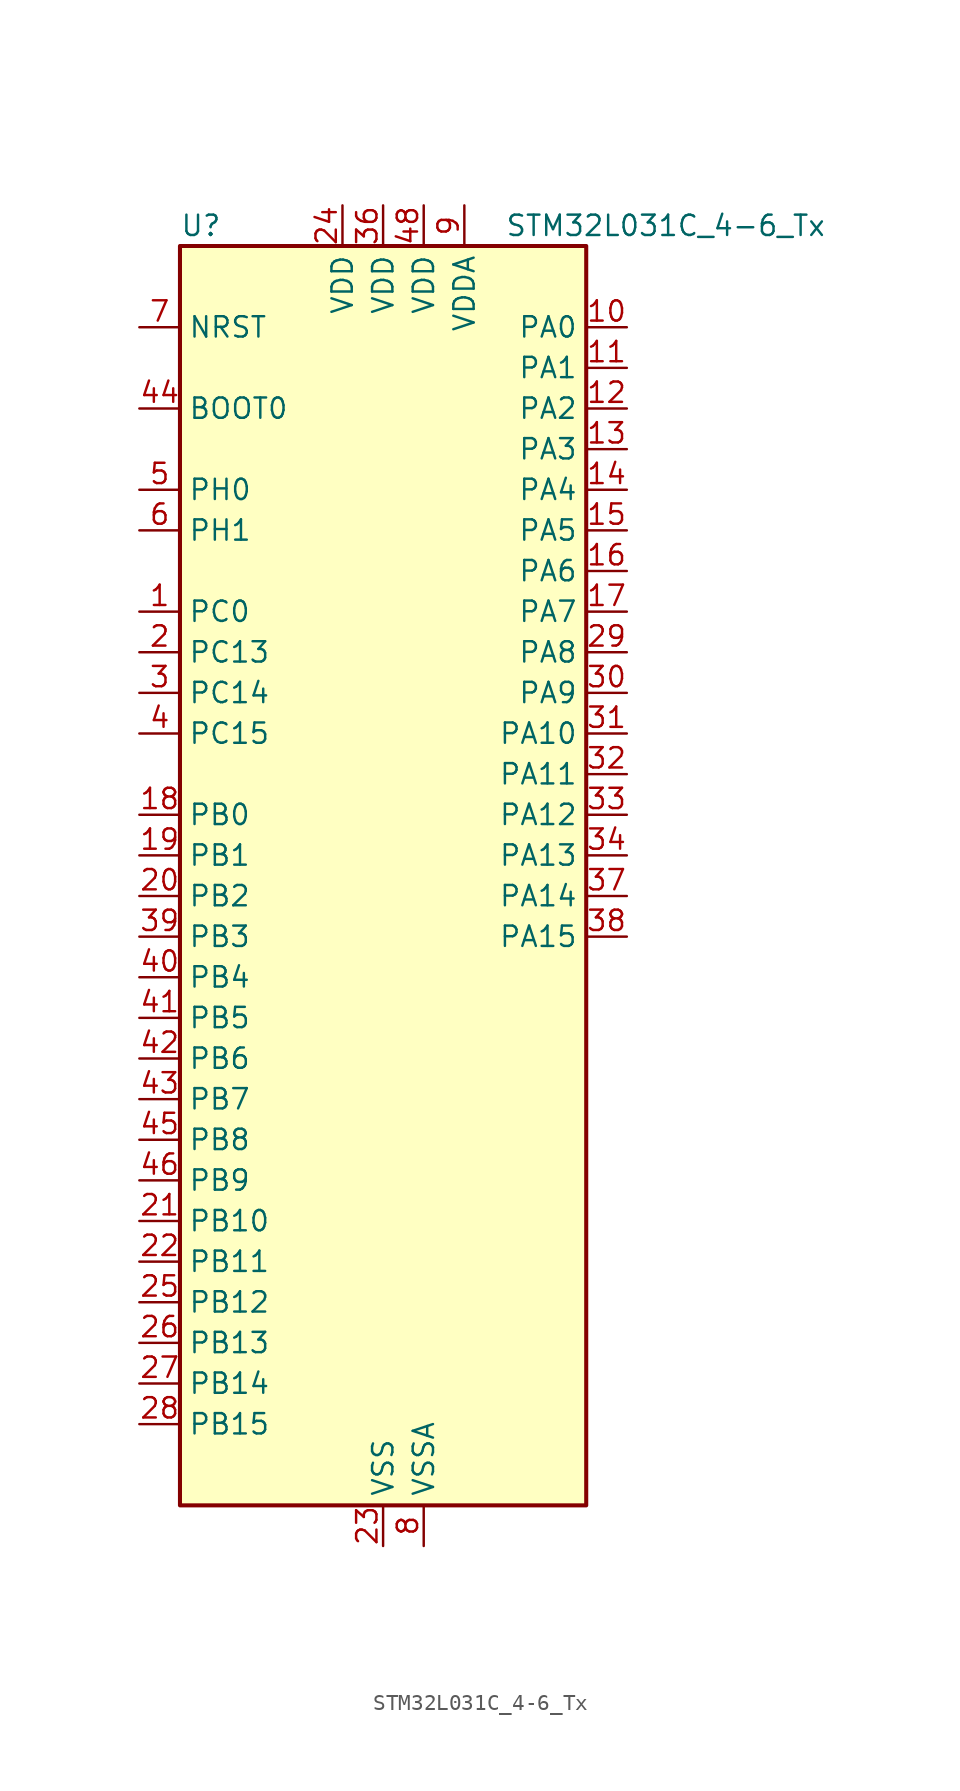
<source format=kicad_sym>
(kicad_symbol_lib
  (version 20241209)
  (generator "kicad_symbol_editor")
  (generator_version "9.0")
  (symbol "STM32L031C_4-6_Tx"
    (property "Reference" "U"
      (at -12.7 41.91 0)
      (effects (font (size 1.27 1.27)) (justify left)))
    (property "Value" "STM32L031C_4-6_Tx"
      (at 7.62 41.91 0)
      (effects (font (size 1.27 1.27)) (justify left)))
    (symbol "STM32L031C_4-6_Tx_0_1"
      (rectangle (start -12.7 -38.1) (end 12.7 40.64) (stroke (width 0.254) (type default)) (fill (type background))))
    (symbol "STM32L031C_4-6_Tx_1_1"
      (pin input line (at -15.24 35.56 0) (length 2.54) (name "NRST" (effects (font (size 1.27 1.27)))) (number "7" (effects (font (size 1.27 1.27)))))
      (pin input line (at -15.24 30.48 0) (length 2.54) (name "BOOT0" (effects (font (size 1.27 1.27)))) (number "44" (effects (font (size 1.27 1.27)))))
      (pin bidirectional line (at -15.24 25.4 0) (length 2.54) (name "PH0" (effects (font (size 1.27 1.27)))) (number "5" (effects (font (size 1.27 1.27)))) (alternate "RCC_OSC_IN" bidirectional line))
      (pin bidirectional line (at -15.24 22.86 0) (length 2.54) (name "PH1" (effects (font (size 1.27 1.27)))) (number "6" (effects (font (size 1.27 1.27)))) (alternate "RCC_OSC_OUT" bidirectional line))
      (pin bidirectional line (at -15.24 17.78 0) (length 2.54) (name "PC0" (effects (font (size 1.27 1.27)))) (number "1" (effects (font (size 1.27 1.27)))) (alternate "LPTIM1_IN1" bidirectional line) (alternate "LPUART1_RX" bidirectional line))
      (pin bidirectional line (at -15.24 15.24 0) (length 2.54) (name "PC13" (effects (font (size 1.27 1.27)))) (number "2" (effects (font (size 1.27 1.27)))) (alternate "RTC_TAMP1" bidirectional line) (alternate "SYS_WKUP2" bidirectional line))
      (pin bidirectional line (at -15.24 12.7 0) (length 2.54) (name "PC14" (effects (font (size 1.27 1.27)))) (number "3" (effects (font (size 1.27 1.27)))) (alternate "RCC_OSC32_IN" bidirectional line))
      (pin bidirectional line (at -15.24 10.16 0) (length 2.54) (name "PC15" (effects (font (size 1.27 1.27)))) (number "4" (effects (font (size 1.27 1.27)))) (alternate "RCC_OSC32_OUT" bidirectional line))
      (pin bidirectional line (at -15.24 5.08 0) (length 2.54) (name "PB0" (effects (font (size 1.27 1.27)))) (number "18" (effects (font (size 1.27 1.27)))) (alternate "ADC_IN8" bidirectional line) (alternate "SPI1_MISO" bidirectional line) (alternate "SYS_VREF_OUT_PB0" bidirectional line) (alternate "TIM2_CH3" bidirectional line) (alternate "USART2_DE" bidirectional line) (alternate "USART2_RTS" bidirectional line))
      (pin bidirectional line (at -15.24 2.54 0) (length 2.54) (name "PB1" (effects (font (size 1.27 1.27)))) (number "19" (effects (font (size 1.27 1.27)))) (alternate "ADC_IN9" bidirectional line) (alternate "LPUART1_DE" bidirectional line) (alternate "LPUART1_RTS" bidirectional line) (alternate "SPI1_MOSI" bidirectional line) (alternate "SYS_VREF_OUT_PB1" bidirectional line) (alternate "TIM2_CH4" bidirectional line) (alternate "USART2_CK" bidirectional line))
      (pin bidirectional line (at -15.24 0 0) (length 2.54) (name "PB2" (effects (font (size 1.27 1.27)))) (number "20" (effects (font (size 1.27 1.27)))) (alternate "LPTIM1_OUT" bidirectional line))
      (pin bidirectional line (at -15.24 -2.54 0) (length 2.54) (name "PB3" (effects (font (size 1.27 1.27)))) (number "39" (effects (font (size 1.27 1.27)))) (alternate "COMP2_INM" bidirectional line) (alternate "SPI1_SCK" bidirectional line) (alternate "TIM2_CH2" bidirectional line))
      (pin bidirectional line (at -15.24 -5.08 0) (length 2.54) (name "PB4" (effects (font (size 1.27 1.27)))) (number "40" (effects (font (size 1.27 1.27)))) (alternate "COMP2_INP" bidirectional line) (alternate "SPI1_MISO" bidirectional line) (alternate "TIM22_CH1" bidirectional line))
      (pin bidirectional line (at -15.24 -7.62 0) (length 2.54) (name "PB5" (effects (font (size 1.27 1.27)))) (number "41" (effects (font (size 1.27 1.27)))) (alternate "COMP2_INP" bidirectional line) (alternate "I2C1_SMBA" bidirectional line) (alternate "LPTIM1_IN1" bidirectional line) (alternate "SPI1_MOSI" bidirectional line) (alternate "TIM22_CH2" bidirectional line))
      (pin bidirectional line (at -15.24 -10.16 0) (length 2.54) (name "PB6" (effects (font (size 1.27 1.27)))) (number "42" (effects (font (size 1.27 1.27)))) (alternate "COMP2_INP" bidirectional line) (alternate "I2C1_SCL" bidirectional line) (alternate "LPTIM1_ETR" bidirectional line) (alternate "TIM21_CH1" bidirectional line) (alternate "USART2_TX" bidirectional line))
      (pin bidirectional line (at -15.24 -12.7 0) (length 2.54) (name "PB7" (effects (font (size 1.27 1.27)))) (number "43" (effects (font (size 1.27 1.27)))) (alternate "COMP2_INP" bidirectional line) (alternate "I2C1_SDA" bidirectional line) (alternate "LPTIM1_IN2" bidirectional line) (alternate "SYS_PVD_IN" bidirectional line) (alternate "USART2_RX" bidirectional line))
      (pin bidirectional line (at -15.24 -15.24 0) (length 2.54) (name "PB8" (effects (font (size 1.27 1.27)))) (number "45" (effects (font (size 1.27 1.27)))) (alternate "I2C1_SCL" bidirectional line))
      (pin bidirectional line (at -15.24 -17.78 0) (length 2.54) (name "PB9" (effects (font (size 1.27 1.27)))) (number "46" (effects (font (size 1.27 1.27)))) (alternate "I2C1_SDA" bidirectional line))
      (pin bidirectional line (at -15.24 -20.32 0) (length 2.54) (name "PB10" (effects (font (size 1.27 1.27)))) (number "21" (effects (font (size 1.27 1.27)))) (alternate "LPUART1_TX" bidirectional line) (alternate "TIM2_CH3" bidirectional line))
      (pin bidirectional line (at -15.24 -22.86 0) (length 2.54) (name "PB11" (effects (font (size 1.27 1.27)))) (number "22" (effects (font (size 1.27 1.27)))) (alternate "ADC_EXTI11" bidirectional line) (alternate "LPUART1_RX" bidirectional line) (alternate "TIM2_CH4" bidirectional line))
      (pin bidirectional line (at -15.24 -25.4 0) (length 2.54) (name "PB12" (effects (font (size 1.27 1.27)))) (number "25" (effects (font (size 1.27 1.27)))) (alternate "SPI1_NSS" bidirectional line))
      (pin bidirectional line (at -15.24 -27.94 0) (length 2.54) (name "PB13" (effects (font (size 1.27 1.27)))) (number "26" (effects (font (size 1.27 1.27)))) (alternate "LPUART1_CTS" bidirectional line) (alternate "RCC_MCO" bidirectional line) (alternate "SPI1_SCK" bidirectional line) (alternate "TIM21_CH1" bidirectional line))
      (pin bidirectional line (at -15.24 -30.48 0) (length 2.54) (name "PB14" (effects (font (size 1.27 1.27)))) (number "27" (effects (font (size 1.27 1.27)))) (alternate "LPUART1_DE" bidirectional line) (alternate "LPUART1_RTS" bidirectional line) (alternate "RTC_OUT_ALARM" bidirectional line) (alternate "RTC_OUT_CALIB" bidirectional line) (alternate "SPI1_MISO" bidirectional line) (alternate "TIM21_CH2" bidirectional line))
      (pin bidirectional line (at -15.24 -33.02 0) (length 2.54) (name "PB15" (effects (font (size 1.27 1.27)))) (number "28" (effects (font (size 1.27 1.27)))) (alternate "RTC_REFIN" bidirectional line) (alternate "SPI1_MOSI" bidirectional line))
      (pin power_in line (at -2.54 43.18 270) (length 2.54) (name "VDD" (effects (font (size 1.27 1.27)))) (number "24" (effects (font (size 1.27 1.27)))))
      (pin power_in line (at 0 43.18 270) (length 2.54) (name "VDD" (effects (font (size 1.27 1.27)))) (number "36" (effects (font (size 1.27 1.27)))))
      (pin power_in line (at 0 -40.64 90) (length 2.54) (name "VSS" (effects (font (size 1.27 1.27)))) (number "23" (effects (font (size 1.27 1.27)))))
      (pin passive line (at 0 -40.64 90) (length 2.54) (hide yes) (name "VSS" (effects (font (size 1.27 1.27)))) (number "35" (effects (font (size 1.27 1.27)))))
      (pin passive line (at 0 -40.64 90) (length 2.54) (hide yes) (name "VSS" (effects (font (size 1.27 1.27)))) (number "47" (effects (font (size 1.27 1.27)))))
      (pin power_in line (at 2.54 43.18 270) (length 2.54) (name "VDD" (effects (font (size 1.27 1.27)))) (number "48" (effects (font (size 1.27 1.27)))))
      (pin power_in line (at 2.54 -40.64 90) (length 2.54) (name "VSSA" (effects (font (size 1.27 1.27)))) (number "8" (effects (font (size 1.27 1.27)))))
      (pin power_in line (at 5.08 43.18 270) (length 2.54) (name "VDDA" (effects (font (size 1.27 1.27)))) (number "9" (effects (font (size 1.27 1.27)))))
      (pin bidirectional line (at 15.24 35.56 180) (length 2.54) (name "PA0" (effects (font (size 1.27 1.27)))) (number "10" (effects (font (size 1.27 1.27)))) (alternate "ADC_IN0" bidirectional line) (alternate "COMP1_INM" bidirectional line) (alternate "COMP1_OUT" bidirectional line) (alternate "LPTIM1_IN1" bidirectional line) (alternate "RTC_TAMP2" bidirectional line) (alternate "SYS_WKUP1" bidirectional line) (alternate "TIM2_CH1" bidirectional line) (alternate "TIM2_ETR" bidirectional line) (alternate "USART2_CTS" bidirectional line))
      (pin bidirectional line (at 15.24 33.02 180) (length 2.54) (name "PA1" (effects (font (size 1.27 1.27)))) (number "11" (effects (font (size 1.27 1.27)))) (alternate "ADC_IN1" bidirectional line) (alternate "COMP1_INP" bidirectional line) (alternate "I2C1_SMBA" bidirectional line) (alternate "LPTIM1_IN2" bidirectional line) (alternate "TIM21_ETR" bidirectional line) (alternate "TIM2_CH2" bidirectional line) (alternate "USART2_DE" bidirectional line) (alternate "USART2_RTS" bidirectional line))
      (pin bidirectional line (at 15.24 30.48 180) (length 2.54) (name "PA2" (effects (font (size 1.27 1.27)))) (number "12" (effects (font (size 1.27 1.27)))) (alternate "ADC_IN2" bidirectional line) (alternate "COMP2_INM" bidirectional line) (alternate "COMP2_OUT" bidirectional line) (alternate "LPUART1_TX" bidirectional line) (alternate "RTC_OUT_ALARM" bidirectional line) (alternate "RTC_OUT_CALIB" bidirectional line) (alternate "RTC_TAMP3" bidirectional line) (alternate "RTC_TS" bidirectional line) (alternate "SYS_WKUP3" bidirectional line) (alternate "TIM21_CH1" bidirectional line) (alternate "TIM2_CH3" bidirectional line) (alternate "USART2_TX" bidirectional line))
      (pin bidirectional line (at 15.24 27.94 180) (length 2.54) (name "PA3" (effects (font (size 1.27 1.27)))) (number "13" (effects (font (size 1.27 1.27)))) (alternate "ADC_IN3" bidirectional line) (alternate "COMP2_INP" bidirectional line) (alternate "LPUART1_RX" bidirectional line) (alternate "TIM21_CH2" bidirectional line) (alternate "TIM2_CH4" bidirectional line) (alternate "USART2_RX" bidirectional line))
      (pin bidirectional line (at 15.24 25.4 180) (length 2.54) (name "PA4" (effects (font (size 1.27 1.27)))) (number "14" (effects (font (size 1.27 1.27)))) (alternate "ADC_IN4" bidirectional line) (alternate "COMP1_INM" bidirectional line) (alternate "COMP2_INM" bidirectional line) (alternate "LPTIM1_IN1" bidirectional line) (alternate "SPI1_NSS" bidirectional line) (alternate "TIM22_ETR" bidirectional line) (alternate "USART2_CK" bidirectional line))
      (pin bidirectional line (at 15.24 22.86 180) (length 2.54) (name "PA5" (effects (font (size 1.27 1.27)))) (number "15" (effects (font (size 1.27 1.27)))) (alternate "ADC_IN5" bidirectional line) (alternate "COMP1_INM" bidirectional line) (alternate "COMP2_INM" bidirectional line) (alternate "LPTIM1_IN2" bidirectional line) (alternate "SPI1_SCK" bidirectional line) (alternate "TIM2_CH1" bidirectional line) (alternate "TIM2_ETR" bidirectional line))
      (pin bidirectional line (at 15.24 20.32 180) (length 2.54) (name "PA6" (effects (font (size 1.27 1.27)))) (number "16" (effects (font (size 1.27 1.27)))) (alternate "ADC_IN6" bidirectional line) (alternate "COMP1_OUT" bidirectional line) (alternate "LPTIM1_ETR" bidirectional line) (alternate "LPUART1_CTS" bidirectional line) (alternate "SPI1_MISO" bidirectional line) (alternate "TIM22_CH1" bidirectional line))
      (pin bidirectional line (at 15.24 17.78 180) (length 2.54) (name "PA7" (effects (font (size 1.27 1.27)))) (number "17" (effects (font (size 1.27 1.27)))) (alternate "ADC_IN7" bidirectional line) (alternate "COMP2_OUT" bidirectional line) (alternate "LPTIM1_OUT" bidirectional line) (alternate "SPI1_MOSI" bidirectional line) (alternate "TIM22_CH2" bidirectional line) (alternate "USART2_CTS" bidirectional line))
      (pin bidirectional line (at 15.24 15.24 180) (length 2.54) (name "PA8" (effects (font (size 1.27 1.27)))) (number "29" (effects (font (size 1.27 1.27)))) (alternate "LPTIM1_IN1" bidirectional line) (alternate "RCC_MCO" bidirectional line) (alternate "TIM2_CH1" bidirectional line) (alternate "USART2_CK" bidirectional line))
      (pin bidirectional line (at 15.24 12.7 180) (length 2.54) (name "PA9" (effects (font (size 1.27 1.27)))) (number "30" (effects (font (size 1.27 1.27)))) (alternate "I2C1_SCL" bidirectional line) (alternate "RCC_MCO" bidirectional line) (alternate "TIM22_CH1" bidirectional line) (alternate "USART2_TX" bidirectional line))
      (pin bidirectional line (at 15.24 10.16 180) (length 2.54) (name "PA10" (effects (font (size 1.27 1.27)))) (number "31" (effects (font (size 1.27 1.27)))) (alternate "I2C1_SDA" bidirectional line) (alternate "TIM22_CH2" bidirectional line) (alternate "USART2_RX" bidirectional line))
      (pin bidirectional line (at 15.24 7.62 180) (length 2.54) (name "PA11" (effects (font (size 1.27 1.27)))) (number "32" (effects (font (size 1.27 1.27)))) (alternate "ADC_EXTI11" bidirectional line) (alternate "COMP1_OUT" bidirectional line) (alternate "SPI1_MISO" bidirectional line) (alternate "TIM21_CH2" bidirectional line) (alternate "USART2_CTS" bidirectional line))
      (pin bidirectional line (at 15.24 5.08 180) (length 2.54) (name "PA12" (effects (font (size 1.27 1.27)))) (number "33" (effects (font (size 1.27 1.27)))) (alternate "COMP2_OUT" bidirectional line) (alternate "SPI1_MOSI" bidirectional line) (alternate "USART2_DE" bidirectional line) (alternate "USART2_RTS" bidirectional line))
      (pin bidirectional line (at 15.24 2.54 180) (length 2.54) (name "PA13" (effects (font (size 1.27 1.27)))) (number "34" (effects (font (size 1.27 1.27)))) (alternate "LPTIM1_ETR" bidirectional line) (alternate "LPUART1_RX" bidirectional line) (alternate "SYS_SWDIO" bidirectional line))
      (pin bidirectional line (at 15.24 0 180) (length 2.54) (name "PA14" (effects (font (size 1.27 1.27)))) (number "37" (effects (font (size 1.27 1.27)))) (alternate "I2C1_SMBA" bidirectional line) (alternate "LPTIM1_OUT" bidirectional line) (alternate "LPUART1_TX" bidirectional line) (alternate "SYS_SWCLK" bidirectional line) (alternate "USART2_TX" bidirectional line))
      (pin bidirectional line (at 15.24 -2.54 180) (length 2.54) (name "PA15" (effects (font (size 1.27 1.27)))) (number "38" (effects (font (size 1.27 1.27)))) (alternate "SPI1_NSS" bidirectional line) (alternate "TIM2_CH1" bidirectional line) (alternate "TIM2_ETR" bidirectional line) (alternate "USART2_RX" bidirectional line)))))
</source>
